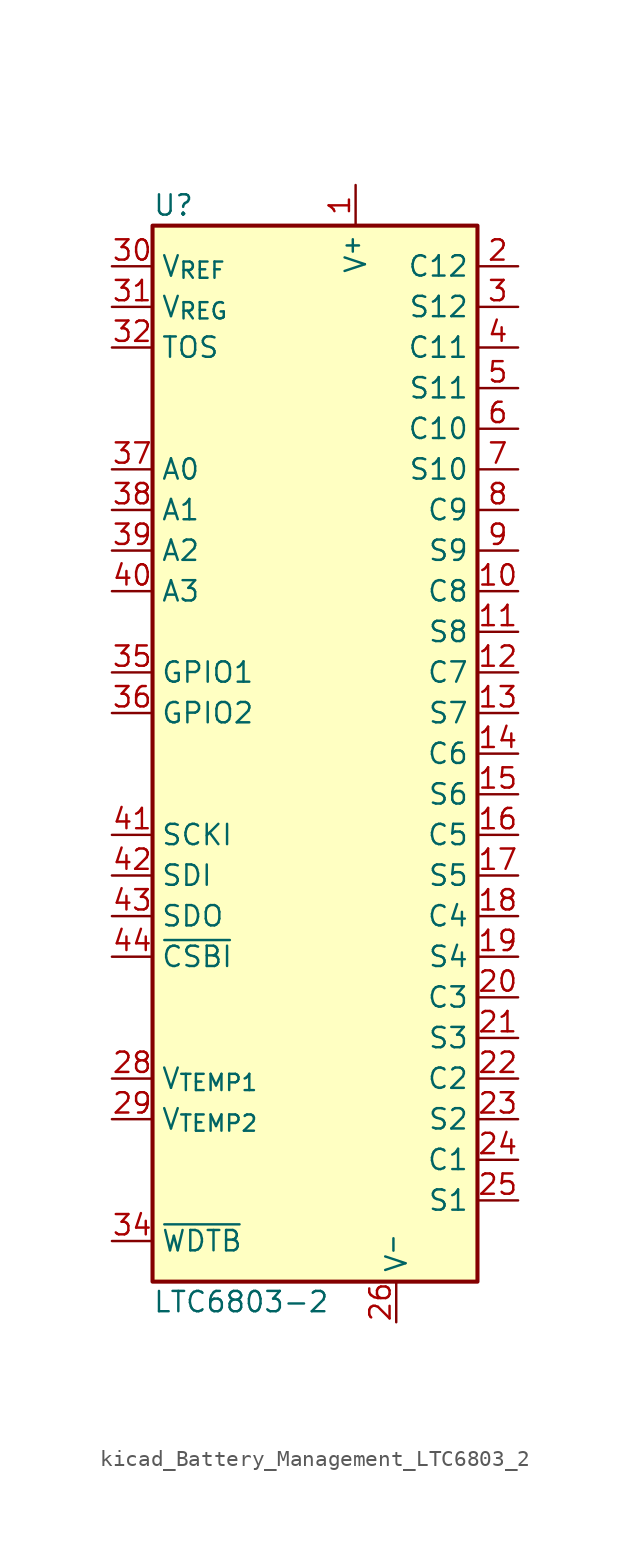
<source format=kicad_sym>
(kicad_symbol_lib
  (version 20220914)
  (generator kicad_symbol_editor)
  (symbol "kicad_Battery_Management_LTC6803_2"
    (property "Reference" "U"
      (at -10.16 34.29 0)
      (effects (font (size 1.27 1.27)) (justify left)))
    (property "Value" "LTC6803-2"
      (at -10.16 -34.29 0)
      (effects (font (size 1.27 1.27)) (justify left)))
    (symbol "kicad_Battery_Management_LTC6803_2_0_1"
      (rectangle (start 10.16 -33.02) (end -10.16 33.02) (stroke (width 0.254) (type default)) (fill (type background))))
    (symbol "kicad_Battery_Management_LTC6803_2_1_1"
      (pin input line (at 2.54 35.56 270) (length 2.54) (name "V^{+}" (effects (font (size 1.27 1.27)))) (number "1" (effects (font (size 1.27 1.27)))))
      (pin input line (at 12.7 10.16 180) (length 2.54) (name "C8" (effects (font (size 1.27 1.27)))) (number "10" (effects (font (size 1.27 1.27)))))
      (pin input line (at 12.7 7.62 180) (length 2.54) (name "S8" (effects (font (size 1.27 1.27)))) (number "11" (effects (font (size 1.27 1.27)))))
      (pin input line (at 12.7 5.08 180) (length 2.54) (name "C7" (effects (font (size 1.27 1.27)))) (number "12" (effects (font (size 1.27 1.27)))))
      (pin input line (at 12.7 2.54 180) (length 2.54) (name "S7" (effects (font (size 1.27 1.27)))) (number "13" (effects (font (size 1.27 1.27)))))
      (pin input line (at 12.7 0 180) (length 2.54) (name "C6" (effects (font (size 1.27 1.27)))) (number "14" (effects (font (size 1.27 1.27)))))
      (pin input line (at 12.7 -2.54 180) (length 2.54) (name "S6" (effects (font (size 1.27 1.27)))) (number "15" (effects (font (size 1.27 1.27)))))
      (pin input line (at 12.7 -5.08 180) (length 2.54) (name "C5" (effects (font (size 1.27 1.27)))) (number "16" (effects (font (size 1.27 1.27)))))
      (pin input line (at 12.7 -7.62 180) (length 2.54) (name "S5" (effects (font (size 1.27 1.27)))) (number "17" (effects (font (size 1.27 1.27)))))
      (pin input line (at 12.7 -10.16 180) (length 2.54) (name "C4" (effects (font (size 1.27 1.27)))) (number "18" (effects (font (size 1.27 1.27)))))
      (pin input line (at 12.7 -12.7 180) (length 2.54) (name "S4" (effects (font (size 1.27 1.27)))) (number "19" (effects (font (size 1.27 1.27)))))
      (pin input line (at 12.7 30.48 180) (length 2.54) (name "C12" (effects (font (size 1.27 1.27)))) (number "2" (effects (font (size 1.27 1.27)))))
      (pin input line (at 12.7 -15.24 180) (length 2.54) (name "C3" (effects (font (size 1.27 1.27)))) (number "20" (effects (font (size 1.27 1.27)))))
      (pin input line (at 12.7 -17.78 180) (length 2.54) (name "S3" (effects (font (size 1.27 1.27)))) (number "21" (effects (font (size 1.27 1.27)))))
      (pin input line (at 12.7 -20.32 180) (length 2.54) (name "C2" (effects (font (size 1.27 1.27)))) (number "22" (effects (font (size 1.27 1.27)))))
      (pin input line (at 12.7 -22.86 180) (length 2.54) (name "S2" (effects (font (size 1.27 1.27)))) (number "23" (effects (font (size 1.27 1.27)))))
      (pin input line (at 12.7 -25.4 180) (length 2.54) (name "C1" (effects (font (size 1.27 1.27)))) (number "24" (effects (font (size 1.27 1.27)))))
      (pin input line (at 12.7 -27.94 180) (length 2.54) (name "S1" (effects (font (size 1.27 1.27)))) (number "25" (effects (font (size 1.27 1.27)))))
      (pin input line (at 5.08 -35.56 90) (length 2.54) (name "V^{-}" (effects (font (size 1.27 1.27)))) (number "26" (effects (font (size 1.27 1.27)))))
      (pin no_connect line (at 0 33.02 270) (length 2.54) hide (name "NC" (effects (font (size 1.27 1.27)))) (number "27" (effects (font (size 1.27 1.27)))))
      (pin input line (at -12.7 -20.32 0) (length 2.54) (name "V_{TEMP1}" (effects (font (size 1.27 1.27)))) (number "28" (effects (font (size 1.27 1.27)))))
      (pin input line (at -12.7 -22.86 0) (length 2.54) (name "V_{TEMP2}" (effects (font (size 1.27 1.27)))) (number "29" (effects (font (size 1.27 1.27)))))
      (pin input line (at 12.7 27.94 180) (length 2.54) (name "S12" (effects (font (size 1.27 1.27)))) (number "3" (effects (font (size 1.27 1.27)))))
      (pin input line (at -12.7 30.48 0) (length 2.54) (name "V_{REF}" (effects (font (size 1.27 1.27)))) (number "30" (effects (font (size 1.27 1.27)))))
      (pin input line (at -12.7 27.94 0) (length 2.54) (name "V_{REG}" (effects (font (size 1.27 1.27)))) (number "31" (effects (font (size 1.27 1.27)))))
      (pin input line (at -12.7 25.4 0) (length 2.54) (name "TOS" (effects (font (size 1.27 1.27)))) (number "32" (effects (font (size 1.27 1.27)))))
      (pin no_connect line (at -2.54 33.02 270) (length 2.54) hide (name "NC" (effects (font (size 1.27 1.27)))) (number "33" (effects (font (size 1.27 1.27)))))
      (pin open_collector line (at -12.7 -30.48 0) (length 2.54) (name "~{WDTB}" (effects (font (size 1.27 1.27)))) (number "34" (effects (font (size 1.27 1.27)))))
      (pin input line (at -12.7 5.08 0) (length 2.54) (name "GPIO1" (effects (font (size 1.27 1.27)))) (number "35" (effects (font (size 1.27 1.27)))))
      (pin input line (at -12.7 2.54 0) (length 2.54) (name "GPIO2" (effects (font (size 1.27 1.27)))) (number "36" (effects (font (size 1.27 1.27)))))
      (pin input line (at -12.7 17.78 0) (length 2.54) (name "A0" (effects (font (size 1.27 1.27)))) (number "37" (effects (font (size 1.27 1.27)))))
      (pin input line (at -12.7 15.24 0) (length 2.54) (name "A1" (effects (font (size 1.27 1.27)))) (number "38" (effects (font (size 1.27 1.27)))))
      (pin input line (at -12.7 12.7 0) (length 2.54) (name "A2" (effects (font (size 1.27 1.27)))) (number "39" (effects (font (size 1.27 1.27)))))
      (pin input line (at 12.7 25.4 180) (length 2.54) (name "C11" (effects (font (size 1.27 1.27)))) (number "4" (effects (font (size 1.27 1.27)))))
      (pin input line (at -12.7 10.16 0) (length 2.54) (name "A3" (effects (font (size 1.27 1.27)))) (number "40" (effects (font (size 1.27 1.27)))))
      (pin input line (at -12.7 -5.08 0) (length 2.54) (name "SCKI" (effects (font (size 1.27 1.27)))) (number "41" (effects (font (size 1.27 1.27)))))
      (pin input line (at -12.7 -7.62 0) (length 2.54) (name "SDI" (effects (font (size 1.27 1.27)))) (number "42" (effects (font (size 1.27 1.27)))))
      (pin open_collector line (at -12.7 -10.16 0) (length 2.54) (name "SDO" (effects (font (size 1.27 1.27)))) (number "43" (effects (font (size 1.27 1.27)))))
      (pin input line (at -12.7 -12.7 0) (length 2.54) (name "~{CSBI}" (effects (font (size 1.27 1.27)))) (number "44" (effects (font (size 1.27 1.27)))))
      (pin input line (at 12.7 22.86 180) (length 2.54) (name "S11" (effects (font (size 1.27 1.27)))) (number "5" (effects (font (size 1.27 1.27)))))
      (pin input line (at 12.7 20.32 180) (length 2.54) (name "C10" (effects (font (size 1.27 1.27)))) (number "6" (effects (font (size 1.27 1.27)))))
      (pin input line (at 12.7 17.78 180) (length 2.54) (name "S10" (effects (font (size 1.27 1.27)))) (number "7" (effects (font (size 1.27 1.27)))))
      (pin input line (at 12.7 15.24 180) (length 2.54) (name "C9" (effects (font (size 1.27 1.27)))) (number "8" (effects (font (size 1.27 1.27)))))
      (pin input line (at 12.7 12.7 180) (length 2.54) (name "S9" (effects (font (size 1.27 1.27)))) (number "9" (effects (font (size 1.27 1.27))))))))
</source>
